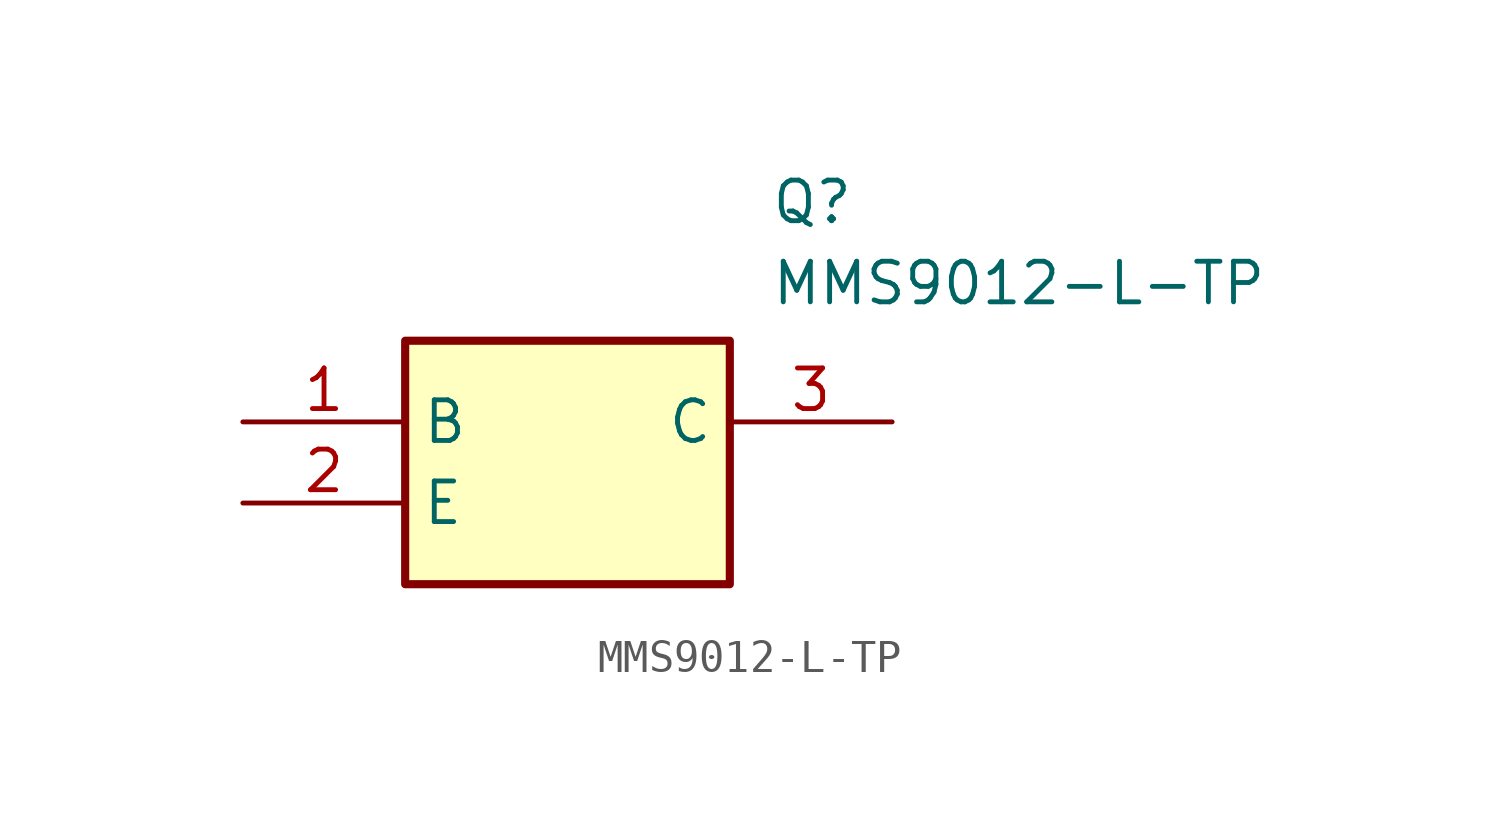
<source format=kicad_sym>
(kicad_symbol_lib
  (version 20211014)
  (generator SamacSys_ECAD_Model)
  (symbol "MMS9012-L-TP"
    (property "Reference" "Q"
      (at 16.51 7.62 0)
      (effects (font (size 1.27 1.27)) (justify left top)))
    (property "Value" "MMS9012-L-TP"
      (at 16.51 5.08 0)
      (effects (font (size 1.27 1.27)) (justify left top)))
    (rectangle
      (start 5.08 2.54)
      (end 15.24 -5.08)
      (stroke (width 0.254) (type default))
      (fill (type background)))
    (pin passive line
      (at 0 0 0)
      (length 5.08)
      (name "B" (effects (font (size 1.27 1.27))))
      (number "1" (effects (font (size 1.27 1.27)))))
    (pin passive line
      (at 0 -2.54 0)
      (length 5.08)
      (name "E" (effects (font (size 1.27 1.27))))
      (number "2" (effects (font (size 1.27 1.27)))))
    (pin passive line
      (at 20.32 0 180)
      (length 5.08)
      (name "C" (effects (font (size 1.27 1.27))))
      (number "3" (effects (font (size 1.27 1.27)))))))
</source>
